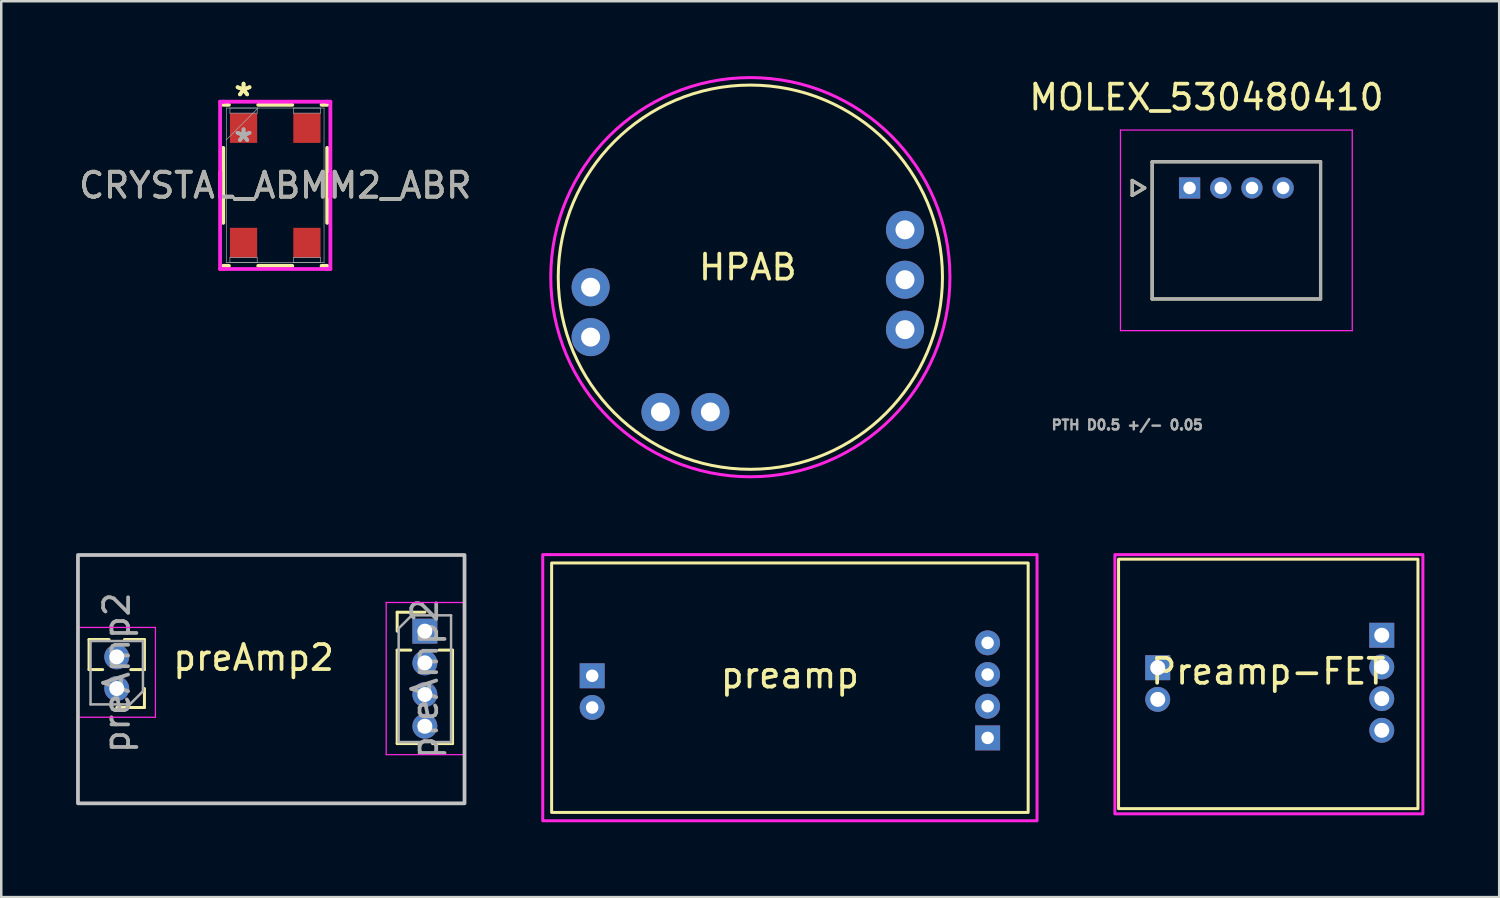
<source format=kicad_pcb>
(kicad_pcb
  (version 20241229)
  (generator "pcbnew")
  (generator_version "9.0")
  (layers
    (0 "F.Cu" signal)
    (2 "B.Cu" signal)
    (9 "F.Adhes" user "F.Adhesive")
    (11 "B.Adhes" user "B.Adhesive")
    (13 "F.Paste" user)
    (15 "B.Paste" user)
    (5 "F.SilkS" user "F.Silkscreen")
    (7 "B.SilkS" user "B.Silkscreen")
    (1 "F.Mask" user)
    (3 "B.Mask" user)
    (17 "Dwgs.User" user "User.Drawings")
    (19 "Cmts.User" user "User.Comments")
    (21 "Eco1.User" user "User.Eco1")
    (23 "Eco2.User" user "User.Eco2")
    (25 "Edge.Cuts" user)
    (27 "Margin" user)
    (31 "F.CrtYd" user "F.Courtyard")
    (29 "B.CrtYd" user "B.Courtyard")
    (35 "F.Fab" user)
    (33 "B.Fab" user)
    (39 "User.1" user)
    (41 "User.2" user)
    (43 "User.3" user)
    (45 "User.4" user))
  (footprint "MOLEX_530480410"
    (layer "F.Cu")
    (at 44.63 4.483)
    (property "Reference" "MOLEX_530480410" (at 0.675 -3.635 0) (layer "F.SilkS") (effects (font (size 1 1) (thickness 0.15))))
    (attr through_hole)
    (fp_circle (center 1.25 0) (end 1.501 0) (stroke (width 0.501) (type solid)) (fill no) (layer "F.Mask"))
    (fp_circle (center 2.5 0) (end 2.751 0) (stroke (width 0.501) (type solid)) (fill no) (layer "F.Mask"))
    (fp_circle (center 3.75 0) (end 4.001 0) (stroke (width 0.501) (type solid)) (fill no) (layer "F.Mask"))
    (fp_poly (pts (xy -0.501 -0.501) (xy 0.501 -0.501) (xy 0.501 0.501) (xy -0.501 0.501)) (stroke (width 0.01) (type solid)) (fill yes) (layer "F.Mask"))
    (fp_circle (center 1.25 0) (end 1.501 0) (stroke (width 0.501) (type solid)) (fill no) (layer "B.Mask"))
    (fp_circle (center 2.5 0) (end 2.751 0) (stroke (width 0.501) (type solid)) (fill no) (layer "B.Mask"))
    (fp_circle (center 3.75 0) (end 4.001 0) (stroke (width 0.501) (type solid)) (fill no) (layer "B.Mask"))
    (fp_poly (pts (xy -0.501 -0.501) (xy 0.501 -0.501) (xy 0.501 0.501) (xy -0.501 0.501)) (stroke (width 0.01) (type solid)) (fill yes) (layer "B.Mask"))
    (fp_line (start -2.3 -0.3) (end -1.8 0) (stroke (width 0.127) (type solid)) (layer "F.SilkS"))
    (fp_line (start -2.3 0.3) (end -2.3 -0.3) (stroke (width 0.127) (type solid)) (layer "F.SilkS"))
    (fp_line (start -1.8 0) (end -2.3 0.3) (stroke (width 0.127) (type solid)) (layer "F.SilkS"))
    (fp_line (start -1.5 -1.05) (end 5.25 -1.05) (stroke (width 0.127) (type solid)) (layer "F.SilkS"))
    (fp_line (start -1.5 4.45) (end -1.5 -1.05) (stroke (width 0.127) (type solid)) (layer "F.SilkS"))
    (fp_line (start 5.25 -1.05) (end 5.25 4.45) (stroke (width 0.127) (type solid)) (layer "F.SilkS"))
    (fp_line (start 5.25 4.45) (end -1.5 4.45) (stroke (width 0.127) (type solid)) (layer "F.SilkS"))
    (fp_line (start -2.77 -2.32) (end 6.52 -2.32) (stroke (width 0.05) (type solid)) (layer "F.CrtYd"))
    (fp_line (start -2.77 5.72) (end -2.77 -2.32) (stroke (width 0.05) (type solid)) (layer "F.CrtYd"))
    (fp_line (start 6.52 -2.32) (end 6.52 5.72) (stroke (width 0.05) (type solid)) (layer "F.CrtYd"))
    (fp_line (start 6.52 5.72) (end -2.77 5.72) (stroke (width 0.05) (type solid)) (layer "F.CrtYd"))
    (fp_line (start -2.3 -0.3) (end -1.8 0) (stroke (width 0.127) (type solid)) (layer "F.Fab"))
    (fp_line (start -2.3 0.3) (end -2.3 -0.3) (stroke (width 0.127) (type solid)) (layer "F.Fab"))
    (fp_line (start -1.8 0) (end -2.3 0.3) (stroke (width 0.127) (type solid)) (layer "F.Fab"))
    (fp_line (start -1.5 -1.05) (end 5.25 -1.05) (stroke (width 0.127) (type solid)) (layer "F.Fab"))
    (fp_line (start -1.5 4.45) (end -1.5 -1.05) (stroke (width 0.127) (type solid)) (layer "F.Fab"))
    (fp_line (start 5.25 -1.05) (end 5.25 4.45) (stroke (width 0.127) (type solid)) (layer "F.Fab"))
    (fp_line (start 5.25 4.45) (end -1.5 4.45) (stroke (width 0.127) (type solid)) (layer "F.Fab"))
    (fp_text user "PTH D0.5 +/- 0.05" (at -2.5 9.5 0) (layer "F.Fab") (effects (font (size 0.394 0.394) (thickness 0.15))))
    (pad "1" thru_hole rect (at 0 0) (size 0.85 0.85) (drill 0.5) (layers "*.Cu"))
    (pad "2" thru_hole circle (at 1.25 0) (size 0.85 0.85) (drill 0.5) (layers "*.Cu"))
    (pad "3" thru_hole circle (at 2.5 0) (size 0.85 0.85) (drill 0.5) (layers "*.Cu"))
    (pad "4" thru_hole circle (at 3.75 0) (size 0.85 0.85) (drill 0.5) (layers "*.Cu")))
  (footprint "CRYSTAL_ABMM2_ABR"
    (layer "F.Cu")
    (at 7.982 4.379)
    (property "Reference" "CRYSTAL_ABMM2_ABR" (at 0 0 0) (unlocked yes) (layer "F.SilkS") (effects (font (size 1 1) (thickness 0.15))))
    (attr smd)
    (fp_line (start -2.083 -1.503) (end -2.083 1.503) (stroke (width 0.152) (type solid)) (layer "F.SilkS"))
    (fp_line (start -2.083 3.226) (end -1.857 3.226) (stroke (width 0.152) (type solid)) (layer "F.SilkS"))
    (fp_line (start -1.857 -3.226) (end -2.083 -3.226) (stroke (width 0.152) (type solid)) (layer "F.SilkS"))
    (fp_line (start -0.683 3.226) (end 0.683 3.226) (stroke (width 0.152) (type solid)) (layer "F.SilkS"))
    (fp_line (start 0.683 -3.226) (end -0.683 -3.226) (stroke (width 0.152) (type solid)) (layer "F.SilkS"))
    (fp_line (start 1.857 3.226) (end 2.083 3.226) (stroke (width 0.152) (type solid)) (layer "F.SilkS"))
    (fp_line (start 2.083 -3.226) (end 1.857 -3.226) (stroke (width 0.152) (type solid)) (layer "F.SilkS"))
    (fp_line (start 2.083 1.503) (end 2.083 -1.503) (stroke (width 0.152) (type solid)) (layer "F.SilkS"))
    (fp_poly (pts (xy -1.805 -2.44) (xy -1.805 -1.37) (xy -0.735 -1.37) (xy -0.735 -2.44)) (stroke (width 0) (type solid)) (fill yes) (layer "F.Paste"))
    (fp_poly (pts (xy -1.805 -2.44) (xy -1.805 -1.37) (xy -0.735 -1.37) (xy -0.735 -2.44)) (stroke (width 0) (type solid)) (fill yes) (layer "F.Paste"))
    (fp_poly (pts (xy -1.805 -1.17) (xy -1.805 -0.1) (xy -0.735 -0.1) (xy -0.735 -1.17)) (stroke (width 0) (type solid)) (fill yes) (layer "F.Paste"))
    (fp_poly (pts (xy -1.805 -1.17) (xy -1.805 -0.1) (xy -0.735 -0.1) (xy -0.735 -1.17)) (stroke (width 0) (type solid)) (fill yes) (layer "F.Paste"))
    (fp_poly (pts (xy -1.805 0.1) (xy -1.805 1.17) (xy -0.735 1.17) (xy -0.735 0.1)) (stroke (width 0) (type solid)) (fill yes) (layer "F.Paste"))
    (fp_poly (pts (xy -1.805 0.1) (xy -1.805 1.17) (xy -0.735 1.17) (xy -0.735 0.1)) (stroke (width 0) (type solid)) (fill yes) (layer "F.Paste"))
    (fp_poly (pts (xy -1.805 1.37) (xy -1.805 2.44) (xy -0.735 2.44) (xy -0.735 1.37)) (stroke (width 0) (type solid)) (fill yes) (layer "F.Paste"))
    (fp_poly (pts (xy -1.805 1.37) (xy -1.805 2.44) (xy -0.735 2.44) (xy -0.735 1.37)) (stroke (width 0) (type solid)) (fill yes) (layer "F.Paste"))
    (fp_poly (pts (xy -0.535 -2.44) (xy -0.535 -1.37) (xy 0.535 -1.37) (xy 0.535 -2.44)) (stroke (width 0) (type solid)) (fill yes) (layer "F.Paste"))
    (fp_poly (pts (xy -0.535 -2.44) (xy -0.535 -1.37) (xy 0.535 -1.37) (xy 0.535 -2.44)) (stroke (width 0) (type solid)) (fill yes) (layer "F.Paste"))
    (fp_poly (pts (xy -0.535 -1.17) (xy -0.535 -0.1) (xy 0.535 -0.1) (xy 0.535 -1.17)) (stroke (width 0) (type solid)) (fill yes) (layer "F.Paste"))
    (fp_poly (pts (xy -0.535 -1.17) (xy -0.535 -0.1) (xy 0.535 -0.1) (xy 0.535 -1.17)) (stroke (width 0) (type solid)) (fill yes) (layer "F.Paste"))
    (fp_poly (pts (xy -0.535 0.1) (xy -0.535 1.17) (xy 0.535 1.17) (xy 0.535 0.1)) (stroke (width 0) (type solid)) (fill yes) (layer "F.Paste"))
    (fp_poly (pts (xy -0.535 0.1) (xy -0.535 1.17) (xy 0.535 1.17) (xy 0.535 0.1)) (stroke (width 0) (type solid)) (fill yes) (layer "F.Paste"))
    (fp_poly (pts (xy -0.535 1.37) (xy -0.535 2.44) (xy 0.535 2.44) (xy 0.535 1.37)) (stroke (width 0) (type solid)) (fill yes) (layer "F.Paste"))
    (fp_poly (pts (xy -0.535 1.37) (xy -0.535 2.44) (xy 0.535 2.44) (xy 0.535 1.37)) (stroke (width 0) (type solid)) (fill yes) (layer "F.Paste"))
    (fp_poly (pts (xy 0.735 -2.44) (xy 0.735 -1.37) (xy 1.805 -1.37) (xy 1.805 -2.44)) (stroke (width 0) (type solid)) (fill yes) (layer "F.Paste"))
    (fp_poly (pts (xy 0.735 -2.44) (xy 0.735 -1.37) (xy 1.805 -1.37) (xy 1.805 -2.44)) (stroke (width 0) (type solid)) (fill yes) (layer "F.Paste"))
    (fp_poly (pts (xy 0.735 -1.17) (xy 0.735 -0.1) (xy 1.805 -0.1) (xy 1.805 -1.17)) (stroke (width 0) (type solid)) (fill yes) (layer "F.Paste"))
    (fp_poly (pts (xy 0.735 -1.17) (xy 0.735 -0.1) (xy 1.805 -0.1) (xy 1.805 -1.17)) (stroke (width 0) (type solid)) (fill yes) (layer "F.Paste"))
    (fp_poly (pts (xy 0.735 0.1) (xy 0.735 1.17) (xy 1.805 1.17) (xy 1.805 0.1)) (stroke (width 0) (type solid)) (fill yes) (layer "F.Paste"))
    (fp_poly (pts (xy 0.735 0.1) (xy 0.735 1.17) (xy 1.805 1.17) (xy 1.805 0.1)) (stroke (width 0) (type solid)) (fill yes) (layer "F.Paste"))
    (fp_poly (pts (xy 0.735 1.37) (xy 0.735 2.44) (xy 1.805 2.44) (xy 1.805 1.37)) (stroke (width 0) (type solid)) (fill yes) (layer "F.Paste"))
    (fp_poly (pts (xy 0.735 1.37) (xy 0.735 2.44) (xy 1.805 2.44) (xy 1.805 1.37)) (stroke (width 0) (type solid)) (fill yes) (layer "F.Paste"))
    (fp_line (start -2.21 -3.353) (end -2.07 -3.353) (stroke (width 0.152) (type solid)) (layer "F.CrtYd"))
    (fp_line (start -2.21 -0.47) (end -2.21 -0.47) (stroke (width 0.152) (type solid)) (layer "F.CrtYd"))
    (fp_line (start -2.21 -0.47) (end -2.21 0.47) (stroke (width 0.152) (type solid)) (layer "F.CrtYd"))
    (fp_line (start -2.21 0.47) (end -2.21 -3.353) (stroke (width 0.152) (type solid)) (layer "F.CrtYd"))
    (fp_line (start -2.21 0.47) (end -2.21 0.47) (stroke (width 0.152) (type solid)) (layer "F.CrtYd"))
    (fp_line (start -2.21 3.353) (end -2.21 -0.47) (stroke (width 0.152) (type solid)) (layer "F.CrtYd"))
    (fp_line (start -2.07 -3.353) (end -2.07 -3.353) (stroke (width 0.152) (type solid)) (layer "F.CrtYd"))
    (fp_line (start -2.07 -3.353) (end 2.07 -3.353) (stroke (width 0.152) (type solid)) (layer "F.CrtYd"))
    (fp_line (start -2.07 3.353) (end -2.21 3.353) (stroke (width 0.152) (type solid)) (layer "F.CrtYd"))
    (fp_line (start -2.07 3.353) (end -2.07 3.353) (stroke (width 0.152) (type solid)) (layer "F.CrtYd"))
    (fp_line (start 2.07 -3.353) (end 2.07 -3.353) (stroke (width 0.152) (type solid)) (layer "F.CrtYd"))
    (fp_line (start 2.07 -3.353) (end 2.21 -3.353) (stroke (width 0.152) (type solid)) (layer "F.CrtYd"))
    (fp_line (start 2.07 3.353) (end -2.07 3.353) (stroke (width 0.152) (type solid)) (layer "F.CrtYd"))
    (fp_line (start 2.07 3.353) (end 2.07 3.353) (stroke (width 0.152) (type solid)) (layer "F.CrtYd"))
    (fp_line (start 2.21 -3.353) (end 2.21 0.47) (stroke (width 0.152) (type solid)) (layer "F.CrtYd"))
    (fp_line (start 2.21 -0.47) (end 2.21 -0.47) (stroke (width 0.152) (type solid)) (layer "F.CrtYd"))
    (fp_line (start 2.21 -0.47) (end 2.21 3.353) (stroke (width 0.152) (type solid)) (layer "F.CrtYd"))
    (fp_line (start 2.21 0.47) (end 2.21 -0.47) (stroke (width 0.152) (type solid)) (layer "F.CrtYd"))
    (fp_line (start 2.21 0.47) (end 2.21 0.47) (stroke (width 0.152) (type solid)) (layer "F.CrtYd"))
    (fp_line (start 2.21 3.353) (end 2.07 3.353) (stroke (width 0.152) (type solid)) (layer "F.CrtYd"))
    (fp_line (start -1.956 -3.099) (end -1.956 -3.099) (stroke (width 0.025) (type solid)) (layer "F.Fab"))
    (fp_line (start -1.956 -3.099) (end -1.956 3.099) (stroke (width 0.025) (type solid)) (layer "F.Fab"))
    (fp_line (start -1.956 -1.829) (end -0.686 -3.099) (stroke (width 0.025) (type solid)) (layer "F.Fab"))
    (fp_line (start -1.956 3.099) (end -1.956 3.099) (stroke (width 0.025) (type solid)) (layer "F.Fab"))
    (fp_line (start -1.956 3.099) (end 1.956 3.099) (stroke (width 0.025) (type solid)) (layer "F.Fab"))
    (fp_line (start -1.816 -3.099) (end -0.724 -3.099) (stroke (width 0.025) (type solid)) (layer "F.Fab"))
    (fp_line (start -1.816 -2.896) (end -1.816 -3.099) (stroke (width 0.025) (type solid)) (layer "F.Fab"))
    (fp_line (start -1.816 2.896) (end -0.724 2.896) (stroke (width 0.025) (type solid)) (layer "F.Fab"))
    (fp_line (start -1.816 3.099) (end -1.816 2.896) (stroke (width 0.025) (type solid)) (layer "F.Fab"))
    (fp_line (start -0.724 -3.099) (end -0.724 -2.896) (stroke (width 0.025) (type solid)) (layer "F.Fab"))
    (fp_line (start -0.724 -2.896) (end -1.816 -2.896) (stroke (width 0.025) (type solid)) (layer "F.Fab"))
    (fp_line (start -0.724 2.896) (end -0.724 3.099) (stroke (width 0.025) (type solid)) (layer "F.Fab"))
    (fp_line (start -0.724 3.099) (end -1.816 3.099) (stroke (width 0.025) (type solid)) (layer "F.Fab"))
    (fp_line (start 0.724 -3.099) (end 1.816 -3.099) (stroke (width 0.025) (type solid)) (layer "F.Fab"))
    (fp_line (start 0.724 -2.896) (end 0.724 -3.099) (stroke (width 0.025) (type solid)) (layer "F.Fab"))
    (fp_line (start 0.724 2.896) (end 1.816 2.896) (stroke (width 0.025) (type solid)) (layer "F.Fab"))
    (fp_line (start 0.724 3.099) (end 0.724 2.896) (stroke (width 0.025) (type solid)) (layer "F.Fab"))
    (fp_line (start 1.816 -3.099) (end 1.816 -2.896) (stroke (width 0.025) (type solid)) (layer "F.Fab"))
    (fp_line (start 1.816 -2.896) (end 0.724 -2.896) (stroke (width 0.025) (type solid)) (layer "F.Fab"))
    (fp_line (start 1.816 2.896) (end 1.816 3.099) (stroke (width 0.025) (type solid)) (layer "F.Fab"))
    (fp_line (start 1.816 3.099) (end 0.724 3.099) (stroke (width 0.025) (type solid)) (layer "F.Fab"))
    (fp_line (start 1.956 -3.099) (end -1.956 -3.099) (stroke (width 0.025) (type solid)) (layer "F.Fab"))
    (fp_line (start 1.956 -3.099) (end 1.956 -3.099) (stroke (width 0.025) (type solid)) (layer "F.Fab"))
    (fp_line (start 1.956 3.099) (end 1.956 -3.099) (stroke (width 0.025) (type solid)) (layer "F.Fab"))
    (fp_line (start 1.956 3.099) (end 1.956 3.099) (stroke (width 0.025) (type solid)) (layer "F.Fab"))
    (fp_text user "*" (at -1.27 -3.531 0) (unlocked yes) (layer "F.SilkS") (effects (font (size 1 1) (thickness 0.15))))
    (fp_text user "*" (at -1.27 -3.531 0) (layer "F.SilkS") (effects (font (size 1 1) (thickness 0.15))))
    (fp_text user "${REFERENCE}" (at 0 0 0) (unlocked yes) (layer "F.Fab") (effects (font (size 1 1) (thickness 0.15))))
    (fp_text user "*" (at -1.27 -1.702 0) (unlocked yes) (layer "F.Fab") (effects (font (size 1 1) (thickness 0.15))))
    (fp_text user "*" (at -1.27 -1.702 0) (layer "F.Fab") (effects (font (size 1 1) (thickness 0.15))))
    (pad "1" smd rect (at -1.27 -2.299) (size 1.092 1.194) (layers "F.Cu" "F.Mask" "F.Paste"))
    (pad "2" smd rect (at -1.27 2.299) (size 1.092 1.194) (layers "F.Cu" "F.Mask" "F.Paste"))
    (pad "3" smd rect (at 1.27 2.299) (size 1.092 1.194) (layers "F.Cu" "F.Mask" "F.Paste"))
    (pad "4" smd rect (at 1.27 -2.299) (size 1.092 1.194) (layers "F.Cu" "F.Mask" "F.Paste")))
  (footprint "HPAB"
    (layer "F.Cu")
    (at 26.923 8.162)
    (property "Reference" "HPAB" (at 0 -0.5 0) (unlocked yes) (layer "F.SilkS") (effects (font (size 1 1) (thickness 0.15))))
    (attr through_hole)
    (fp_circle (center 0.102 -0.102) (end 7.802 -0.102) (stroke (width 0.12) (type default)) (fill no) (layer "F.SilkS"))
    (fp_circle (center 0.102 -0.102) (end 8.102 -0.102) (stroke (width 0.12) (type default)) (fill no) (layer "F.CrtYd"))
    (pad "1" thru_hole circle (at 6.3 -2) (size 1.524 1.524) (drill 0.762) (layers "*.Cu" "*.Mask"))
    (pad "2" thru_hole circle (at 6.3 0) (size 1.524 1.524) (drill 0.762) (layers "*.Cu" "*.Mask"))
    (pad "3" thru_hole circle (at 6.3 2) (size 1.524 1.524) (drill 0.762) (layers "*.Cu" "*.Mask"))
    (pad "4" thru_hole circle (at -1.5 5.3) (size 1.524 1.524) (drill 0.762) (layers "*.Cu" "*.Mask"))
    (pad "5" thru_hole circle (at -3.5 5.3) (size 1.524 1.524) (drill 0.762) (layers "*.Cu" "*.Mask"))
    (pad "6" thru_hole circle (at -6.3 2.3) (size 1.524 1.524) (drill 0.762) (layers "*.Cu" "*.Mask"))
    (pad "7" thru_hole circle (at -6.3 0.3) (size 1.524 1.524) (drill 0.762) (layers "*.Cu" "*.Mask")))
  (footprint "preAmp2"
    (layer "F.Cu")
    (at 7.115 23.811)
    (property "Reference" "preAmp2" (at 0 -0.5 0) (unlocked yes) (layer "F.SilkS") (effects (font (size 1 1) (thickness 0.15))))
    (attr through_hole)
    (fp_line (start -6.596 -0.023) (end -6.596 -1.228) (stroke (width 0.12) (type solid)) (layer "F.SilkS"))
    (fp_line (start -6.05 -0.023) (end -6.596 -0.023) (stroke (width 0.12) (type solid)) (layer "F.SilkS"))
    (fp_line (start -5.794 -1.228) (end -6.596 -1.228) (stroke (width 0.12) (type solid)) (layer "F.SilkS"))
    (fp_line (start -4.376 -1.228) (end -5.179 -1.228) (stroke (width 0.12) (type solid)) (layer "F.SilkS"))
    (fp_line (start -4.376 -0.023) (end -4.923 -0.023) (stroke (width 0.12) (type solid)) (layer "F.SilkS"))
    (fp_line (start -4.376 -0.023) (end -4.376 -1.228) (stroke (width 0.12) (type solid)) (layer "F.SilkS"))
    (fp_line (start -4.376 0.737) (end -4.376 1.497) (stroke (width 0.12) (type solid)) (layer "F.SilkS"))
    (fp_line (start -4.376 1.497) (end -5.486 1.497) (stroke (width 0.12) (type solid)) (layer "F.SilkS"))
    (fp_line (start 5.754 -2.323) (end 6.864 -2.323) (stroke (width 0.12) (type solid)) (layer "F.SilkS"))
    (fp_line (start 5.754 -1.563) (end 5.754 -2.323) (stroke (width 0.12) (type solid)) (layer "F.SilkS"))
    (fp_line (start 5.754 -0.803) (end 5.754 2.942) (stroke (width 0.12) (type solid)) (layer "F.SilkS"))
    (fp_line (start 5.754 -0.803) (end 6.3 -0.803) (stroke (width 0.12) (type solid)) (layer "F.SilkS"))
    (fp_line (start 5.754 2.942) (end 6.556 2.942) (stroke (width 0.12) (type solid)) (layer "F.SilkS"))
    (fp_line (start 7.171 2.942) (end 7.974 2.942) (stroke (width 0.12) (type solid)) (layer "F.SilkS"))
    (fp_line (start 7.427 -0.803) (end 7.974 -0.803) (stroke (width 0.12) (type solid)) (layer "F.SilkS"))
    (fp_line (start 7.974 -0.803) (end 7.974 2.942) (stroke (width 0.12) (type solid)) (layer "F.SilkS"))
    (fp_rect (start -7.04 -4.616) (end 8.454 5.337) (stroke (width 0.15) (type default)) (fill no) (layer "Dwgs.User"))
    (fp_line (start -7.036 -1.713) (end -7.036 1.887) (stroke (width 0.05) (type solid)) (layer "F.CrtYd"))
    (fp_line (start -7.036 1.887) (end -3.936 1.887) (stroke (width 0.05) (type solid)) (layer "F.CrtYd"))
    (fp_line (start -3.936 -1.713) (end -7.036 -1.713) (stroke (width 0.05) (type solid)) (layer "F.CrtYd"))
    (fp_line (start -3.936 1.887) (end -3.936 -1.713) (stroke (width 0.05) (type solid)) (layer "F.CrtYd"))
    (fp_line (start 5.314 -2.713) (end 5.314 3.387) (stroke (width 0.05) (type solid)) (layer "F.CrtYd"))
    (fp_line (start 5.314 3.387) (end 8.414 3.387) (stroke (width 0.05) (type solid)) (layer "F.CrtYd"))
    (fp_line (start 8.414 -2.713) (end 5.314 -2.713) (stroke (width 0.05) (type solid)) (layer "F.CrtYd"))
    (fp_line (start 8.414 3.387) (end 8.414 -2.713) (stroke (width 0.05) (type solid)) (layer "F.CrtYd"))
    (fp_line (start -6.536 -1.168) (end -4.436 -1.168) (stroke (width 0.1) (type solid)) (layer "F.Fab"))
    (fp_line (start -6.536 1.372) (end -6.536 -1.168) (stroke (width 0.1) (type solid)) (layer "F.Fab"))
    (fp_line (start -4.961 1.372) (end -6.536 1.372) (stroke (width 0.1) (type solid)) (layer "F.Fab"))
    (fp_line (start -4.436 -1.168) (end -4.436 0.847) (stroke (width 0.1) (type solid)) (layer "F.Fab"))
    (fp_line (start -4.436 0.847) (end -4.961 1.372) (stroke (width 0.1) (type solid)) (layer "F.Fab"))
    (fp_line (start 5.814 -1.673) (end 6.339 -2.198) (stroke (width 0.1) (type solid)) (layer "F.Fab"))
    (fp_line (start 5.814 2.882) (end 5.814 -1.673) (stroke (width 0.1) (type solid)) (layer "F.Fab"))
    (fp_line (start 6.339 -2.198) (end 7.914 -2.198) (stroke (width 0.1) (type solid)) (layer "F.Fab"))
    (fp_line (start 7.914 -2.198) (end 7.914 2.882) (stroke (width 0.1) (type solid)) (layer "F.Fab"))
    (fp_line (start 7.914 2.882) (end 5.814 2.882) (stroke (width 0.1) (type solid)) (layer "F.Fab"))
    (fp_text user "${REFERENCE}" (at -5.486 0.102 90) (layer "F.Fab") (effects (font (size 1 1) (thickness 0.15))))
    (fp_text user "${REFERENCE}" (at 6.864 0.342 90) (layer "F.Fab") (effects (font (size 1 1) (thickness 0.15))))
    (pad "1" thru_hole oval (at -5.486 -0.533 180) (size 1 1) (drill 0.6) (layers "*.Cu" "*.Mask"))
    (pad "2" thru_hole circle (at -5.486 0.737 180) (size 1 1) (drill 0.6) (layers "*.Cu" "*.Mask"))
    (pad "3" thru_hole rect (at 6.864 -1.563) (size 1 1) (drill 0.6) (layers "*.Cu" "*.Mask"))
    (pad "4" thru_hole oval (at 6.864 -0.293) (size 1 1) (drill 0.6) (layers "*.Cu" "*.Mask"))
    (pad "5" thru_hole oval (at 6.864 0.977) (size 1 1) (drill 0.6) (layers "*.Cu" "*.Mask"))
    (pad "6" thru_hole oval (at 6.864 2.247) (size 1 1) (drill 0.6) (layers "*.Cu" "*.Mask")))
  (footprint "preamp"
    (layer "F.Cu")
    (at 28.61 24.514)
    (property "Reference" "preamp" (at 0 -0.5 0) (unlocked yes) (layer "F.SilkS") (effects (font (size 1 1) (thickness 0.15))))
    (attr through_hole)
    (fp_rect (start -9.55 -4.999) (end 9.55 4.999) (stroke (width 0.12) (type default)) (fill no) (layer "F.SilkS"))
    (fp_rect (start -9.906 -5.334) (end 9.906 5.334) (stroke (width 0.12) (type default)) (fill no) (layer "F.CrtYd"))
    (pad "1" thru_hole circle (at -7.925 0.792) (size 1 1) (drill 0.5) (layers "*.Cu" "*.Mask"))
    (pad "2" thru_hole rect (at -7.925 -0.478) (size 1 1) (drill 0.5) (layers "*.Cu" "*.Mask"))
    (pad "3" thru_hole rect (at 7.925 2.012) (size 1 1) (drill 0.5) (layers "*.Cu" "*.Mask"))
    (pad "4" thru_hole circle (at 7.925 0.742) (size 1 1) (drill 0.5) (layers "*.Cu" "*.Mask"))
    (pad "5" thru_hole circle (at 7.925 -0.528) (size 1 1) (drill 0.5) (layers "*.Cu" "*.Mask"))
    (pad "6" thru_hole circle (at 7.925 -1.798) (size 1 1) (drill 0.5) (layers "*.Cu" "*.Mask")))
  (footprint "Preamp-FET"
    (layer "F.Cu")
    (at 47.783 24.362)
    (property "Reference" "Preamp-FET" (at 0 -0.5 0) (unlocked yes) (layer "F.SilkS") (effects (font (size 1 1) (thickness 0.15))))
    (attr through_hole)
    (fp_rect (start -6 -5) (end 6 5) (stroke (width 0.12) (type default)) (fill no) (layer "F.SilkS"))
    (fp_rect (start -6.147 -5.182) (end 6.198 5.207) (stroke (width 0.12) (type default)) (fill no) (layer "F.CrtYd"))
    (pad "1" thru_hole rect (at 4.55 -1.95) (size 1 1) (drill 0.6) (layers "*.Cu" "*.Mask"))
    (pad "2" thru_hole circle (at 4.55 -0.68) (size 1 1) (drill 0.6) (layers "*.Cu" "*.Mask"))
    (pad "3" thru_hole circle (at 4.55 0.59) (size 1 1) (drill 0.6) (layers "*.Cu" "*.Mask"))
    (pad "4" thru_hole circle (at 4.55 1.86) (size 1 1) (drill 0.6) (layers "*.Cu" "*.Mask"))
    (pad "5" thru_hole rect (at -4.43 -0.65) (size 1 1) (drill 0.6) (layers "*.Cu" "*.Mask"))
    (pad "6" thru_hole circle (at -4.43 0.62) (size 1 1) (drill 0.6) (layers "*.Cu" "*.Mask")))
  (gr_rect
    (start -3 -3)
    (end 57.04 32.908)
    (stroke (width 0.1) (type default))
    (fill no)
    (layer "Edge.Cuts")))
</source>
